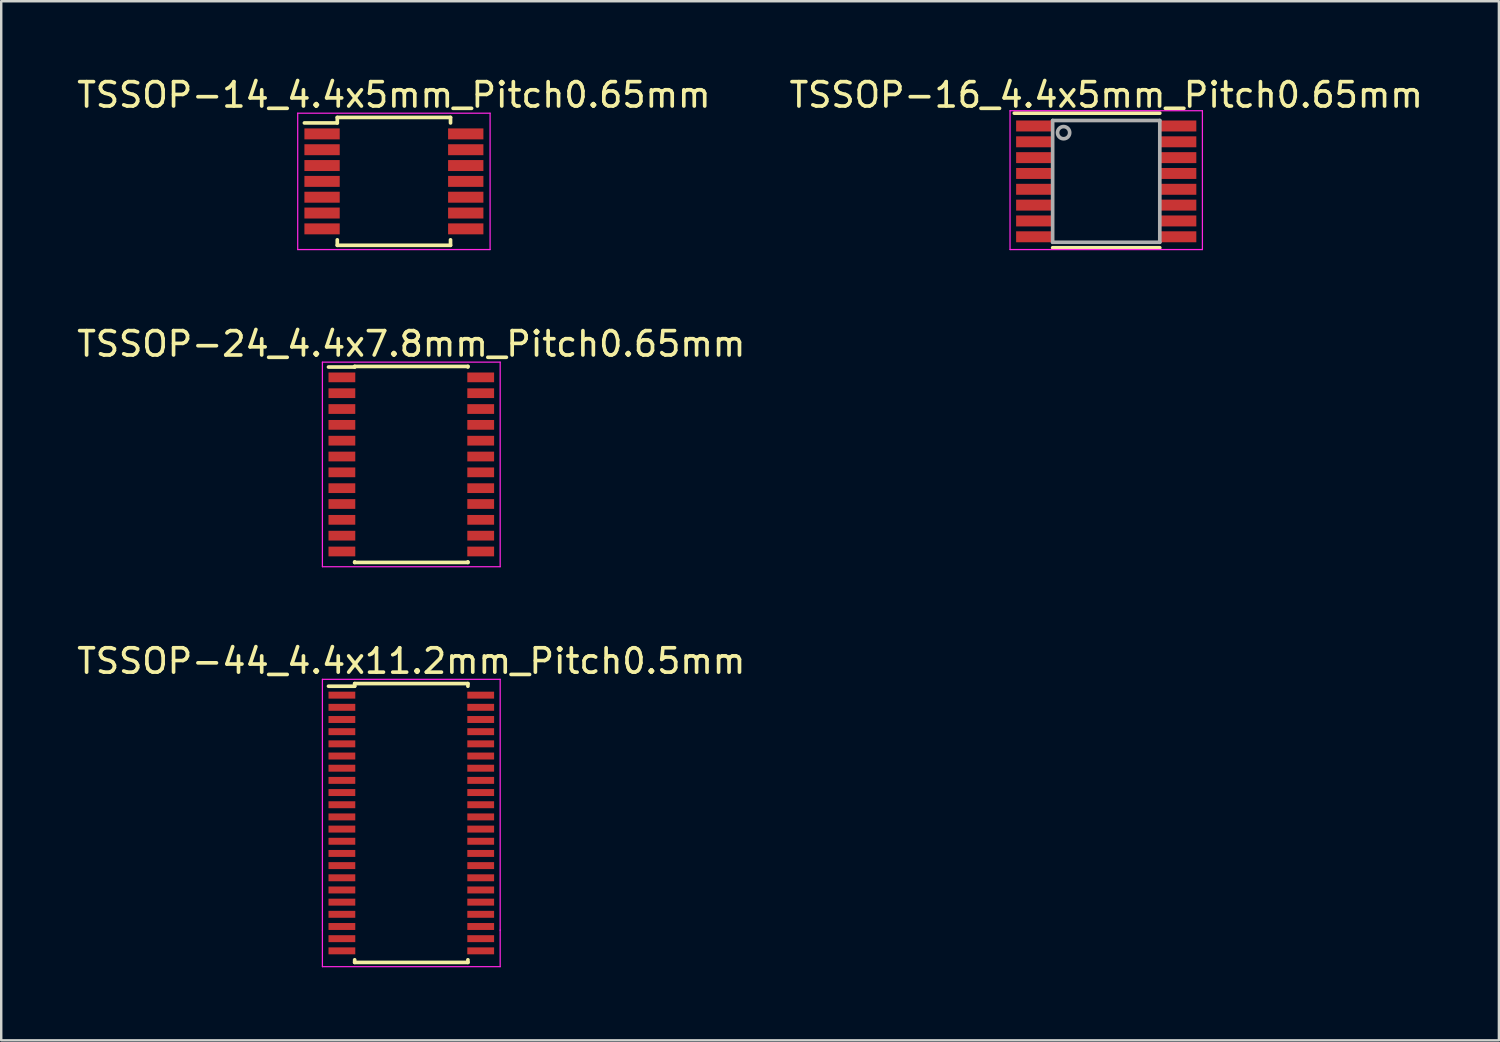
<source format=kicad_pcb>
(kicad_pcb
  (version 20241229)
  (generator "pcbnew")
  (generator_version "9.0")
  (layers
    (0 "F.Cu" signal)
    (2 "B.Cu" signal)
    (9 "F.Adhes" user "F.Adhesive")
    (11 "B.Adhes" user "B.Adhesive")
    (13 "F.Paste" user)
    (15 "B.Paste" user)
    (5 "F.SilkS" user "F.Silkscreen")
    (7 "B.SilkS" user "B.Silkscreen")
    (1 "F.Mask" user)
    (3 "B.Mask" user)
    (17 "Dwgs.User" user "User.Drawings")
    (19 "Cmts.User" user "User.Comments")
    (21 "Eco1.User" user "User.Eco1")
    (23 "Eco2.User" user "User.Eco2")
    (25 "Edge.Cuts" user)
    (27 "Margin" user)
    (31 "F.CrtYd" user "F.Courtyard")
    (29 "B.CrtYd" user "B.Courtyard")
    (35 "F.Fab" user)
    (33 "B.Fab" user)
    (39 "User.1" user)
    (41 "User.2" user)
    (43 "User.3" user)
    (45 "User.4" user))
  (footprint "TSSOP-44_4.4x11.2mm_Pitch0.5mm"
    (layer "F.Cu")
    (at 13.839 30.245)
    (property "Reference" "TSSOP-44_4.4x11.2mm_Pitch0.5mm" (at 0 -6.15 0) (layer "F.SilkS") (effects (font (size 1 1) (thickness 0.15))))
    (attr smd)
    (fp_line (start -2.325 -5.225) (end -2.325 -5.117) (stroke (width 0.15) (type solid)) (layer "F.SilkS"))
    (fp_line (start -2.325 -5.225) (end 2.325 -5.225) (stroke (width 0.15) (type solid)) (layer "F.SilkS"))
    (fp_line (start -2.325 -5.117) (end -3.4 -5.117) (stroke (width 0.15) (type solid)) (layer "F.SilkS"))
    (fp_line (start -2.325 6.225) (end -2.325 6.117) (stroke (width 0.15) (type solid)) (layer "F.SilkS"))
    (fp_line (start -2.325 6.225) (end 2.325 6.225) (stroke (width 0.15) (type solid)) (layer "F.SilkS"))
    (fp_line (start 2.325 -5.225) (end 2.325 -5.117) (stroke (width 0.15) (type solid)) (layer "F.SilkS"))
    (fp_line (start 2.325 6.225) (end 2.325 6.117) (stroke (width 0.15) (type solid)) (layer "F.SilkS"))
    (fp_line (start -3.65 -5.4) (end -3.65 4.9) (stroke (width 0.05) (type solid)) (layer "F.CrtYd"))
    (fp_line (start -3.65 -5.4) (end 3.65 -5.4) (stroke (width 0.05) (type solid)) (layer "F.CrtYd"))
    (fp_line (start -3.65 4.9) (end -3.65 6.4) (stroke (width 0.05) (type solid)) (layer "F.CrtYd"))
    (fp_line (start -3.65 6.4) (end 3.65 6.4) (stroke (width 0.05) (type solid)) (layer "F.CrtYd"))
    (fp_line (start 3.65 -5.4) (end 3.65 4.9) (stroke (width 0.05) (type solid)) (layer "F.CrtYd"))
    (fp_line (start 3.65 4.9) (end 3.65 6.4) (stroke (width 0.05) (type solid)) (layer "F.CrtYd"))
    (pad "1" smd rect (at -2.85 -4.75) (size 1.1 0.285) (layers "F.Cu" "F.Mask" "F.Paste"))
    (pad "2" smd rect (at -2.85 -4.25) (size 1.1 0.285) (layers "F.Cu" "F.Mask" "F.Paste"))
    (pad "3" smd rect (at -2.85 -3.75) (size 1.1 0.285) (layers "F.Cu" "F.Mask" "F.Paste"))
    (pad "4" smd rect (at -2.85 -3.25) (size 1.1 0.285) (layers "F.Cu" "F.Mask" "F.Paste"))
    (pad "5" smd rect (at -2.85 -2.75) (size 1.1 0.285) (layers "F.Cu" "F.Mask" "F.Paste"))
    (pad "6" smd rect (at -2.85 -2.25) (size 1.1 0.285) (layers "F.Cu" "F.Mask" "F.Paste"))
    (pad "7" smd rect (at -2.85 -1.75) (size 1.1 0.285) (layers "F.Cu" "F.Mask" "F.Paste"))
    (pad "8" smd rect (at -2.85 -1.25) (size 1.1 0.285) (layers "F.Cu" "F.Mask" "F.Paste"))
    (pad "9" smd rect (at -2.85 -0.75) (size 1.1 0.285) (layers "F.Cu" "F.Mask" "F.Paste"))
    (pad "10" smd rect (at -2.85 -0.25) (size 1.1 0.285) (layers "F.Cu" "F.Mask" "F.Paste"))
    (pad "11" smd rect (at -2.85 0.25) (size 1.1 0.285) (layers "F.Cu" "F.Mask" "F.Paste"))
    (pad "12" smd rect (at -2.85 0.75) (size 1.1 0.285) (layers "F.Cu" "F.Mask" "F.Paste"))
    (pad "13" smd rect (at -2.85 1.25) (size 1.1 0.285) (layers "F.Cu" "F.Mask" "F.Paste"))
    (pad "14" smd rect (at -2.85 1.75) (size 1.1 0.285) (layers "F.Cu" "F.Mask" "F.Paste"))
    (pad "15" smd rect (at -2.85 2.25) (size 1.1 0.285) (layers "F.Cu" "F.Mask" "F.Paste"))
    (pad "16" smd rect (at -2.85 2.75) (size 1.1 0.285) (layers "F.Cu" "F.Mask" "F.Paste"))
    (pad "17" smd rect (at -2.85 3.25) (size 1.1 0.285) (layers "F.Cu" "F.Mask" "F.Paste"))
    (pad "18" smd rect (at -2.85 3.75) (size 1.1 0.285) (layers "F.Cu" "F.Mask" "F.Paste"))
    (pad "19" smd rect (at -2.85 4.25) (size 1.1 0.285) (layers "F.Cu" "F.Mask" "F.Paste"))
    (pad "20" smd rect (at -2.85 4.75) (size 1.1 0.285) (layers "F.Cu" "F.Mask" "F.Paste"))
    (pad "21" smd rect (at -2.85 5.25) (size 1.1 0.285) (layers "F.Cu" "F.Mask" "F.Paste"))
    (pad "22" smd rect (at -2.85 5.75) (size 1.1 0.285) (layers "F.Cu" "F.Mask" "F.Paste"))
    (pad "23" smd rect (at 2.85 5.75) (size 1.1 0.285) (layers "F.Cu" "F.Mask" "F.Paste"))
    (pad "24" smd rect (at 2.85 5.25) (size 1.1 0.285) (layers "F.Cu" "F.Mask" "F.Paste"))
    (pad "25" smd rect (at 2.85 4.75) (size 1.1 0.285) (layers "F.Cu" "F.Mask" "F.Paste"))
    (pad "26" smd rect (at 2.85 4.25) (size 1.1 0.285) (layers "F.Cu" "F.Mask" "F.Paste"))
    (pad "27" smd rect (at 2.85 3.75) (size 1.1 0.285) (layers "F.Cu" "F.Mask" "F.Paste"))
    (pad "28" smd rect (at 2.85 3.25) (size 1.1 0.285) (layers "F.Cu" "F.Mask" "F.Paste"))
    (pad "29" smd rect (at 2.85 2.75) (size 1.1 0.285) (layers "F.Cu" "F.Mask" "F.Paste"))
    (pad "30" smd rect (at 2.85 2.25) (size 1.1 0.285) (layers "F.Cu" "F.Mask" "F.Paste"))
    (pad "31" smd rect (at 2.85 1.75) (size 1.1 0.285) (layers "F.Cu" "F.Mask" "F.Paste"))
    (pad "32" smd rect (at 2.85 1.25) (size 1.1 0.285) (layers "F.Cu" "F.Mask" "F.Paste"))
    (pad "33" smd rect (at 2.85 0.75) (size 1.1 0.285) (layers "F.Cu" "F.Mask" "F.Paste"))
    (pad "34" smd rect (at 2.85 0.25) (size 1.1 0.285) (layers "F.Cu" "F.Mask" "F.Paste"))
    (pad "35" smd rect (at 2.85 -0.25) (size 1.1 0.285) (layers "F.Cu" "F.Mask" "F.Paste"))
    (pad "36" smd rect (at 2.85 -0.75) (size 1.1 0.285) (layers "F.Cu" "F.Mask" "F.Paste"))
    (pad "37" smd rect (at 2.85 -1.25) (size 1.1 0.285) (layers "F.Cu" "F.Mask" "F.Paste"))
    (pad "38" smd rect (at 2.85 -1.75) (size 1.1 0.285) (layers "F.Cu" "F.Mask" "F.Paste"))
    (pad "39" smd rect (at 2.85 -2.25) (size 1.1 0.285) (layers "F.Cu" "F.Mask" "F.Paste"))
    (pad "40" smd rect (at 2.85 -2.75) (size 1.1 0.285) (layers "F.Cu" "F.Mask" "F.Paste"))
    (pad "41" smd rect (at 2.85 -3.25) (size 1.1 0.285) (layers "F.Cu" "F.Mask" "F.Paste"))
    (pad "42" smd rect (at 2.85 -3.75) (size 1.1 0.285) (layers "F.Cu" "F.Mask" "F.Paste"))
    (pad "43" smd rect (at 2.85 -4.25) (size 1.1 0.285) (layers "F.Cu" "F.Mask" "F.Paste"))
    (pad "44" smd rect (at 2.85 -4.75) (size 1.1 0.285) (layers "F.Cu" "F.Mask" "F.Paste")))
  (footprint "TSSOP-24_4.4x7.8mm_Pitch0.65mm"
    (layer "F.Cu")
    (at 13.839 16.021)
    (property "Reference" "TSSOP-24_4.4x7.8mm_Pitch0.65mm" (at 0 -4.95 0) (layer "F.SilkS") (effects (font (size 1 1) (thickness 0.15))))
    (attr smd)
    (fp_line (start -2.325 -4.025) (end -2.325 -4) (stroke (width 0.15) (type solid)) (layer "F.SilkS"))
    (fp_line (start -2.325 -4.025) (end 2.325 -4.025) (stroke (width 0.15) (type solid)) (layer "F.SilkS"))
    (fp_line (start -2.325 -4) (end -3.4 -4) (stroke (width 0.15) (type solid)) (layer "F.SilkS"))
    (fp_line (start -2.325 4.025) (end -2.325 4) (stroke (width 0.15) (type solid)) (layer "F.SilkS"))
    (fp_line (start -2.325 4.025) (end 2.325 4.025) (stroke (width 0.15) (type solid)) (layer "F.SilkS"))
    (fp_line (start 2.325 -4.025) (end 2.325 -4) (stroke (width 0.15) (type solid)) (layer "F.SilkS"))
    (fp_line (start 2.325 4.025) (end 2.325 4) (stroke (width 0.15) (type solid)) (layer "F.SilkS"))
    (fp_line (start -3.65 -4.2) (end -3.65 4.2) (stroke (width 0.05) (type solid)) (layer "F.CrtYd"))
    (fp_line (start -3.65 -4.2) (end 3.65 -4.2) (stroke (width 0.05) (type solid)) (layer "F.CrtYd"))
    (fp_line (start -3.65 4.2) (end 3.65 4.2) (stroke (width 0.05) (type solid)) (layer "F.CrtYd"))
    (fp_line (start 3.65 -4.2) (end 3.65 4.2) (stroke (width 0.05) (type solid)) (layer "F.CrtYd"))
    (pad "1" smd rect (at -2.85 -3.575) (size 1.1 0.4) (layers "F.Cu" "F.Mask" "F.Paste"))
    (pad "2" smd rect (at -2.85 -2.925) (size 1.1 0.4) (layers "F.Cu" "F.Mask" "F.Paste"))
    (pad "3" smd rect (at -2.85 -2.275) (size 1.1 0.4) (layers "F.Cu" "F.Mask" "F.Paste"))
    (pad "4" smd rect (at -2.85 -1.625) (size 1.1 0.4) (layers "F.Cu" "F.Mask" "F.Paste"))
    (pad "5" smd rect (at -2.85 -0.975) (size 1.1 0.4) (layers "F.Cu" "F.Mask" "F.Paste"))
    (pad "6" smd rect (at -2.85 -0.325) (size 1.1 0.4) (layers "F.Cu" "F.Mask" "F.Paste"))
    (pad "7" smd rect (at -2.85 0.325) (size 1.1 0.4) (layers "F.Cu" "F.Mask" "F.Paste"))
    (pad "8" smd rect (at -2.85 0.975) (size 1.1 0.4) (layers "F.Cu" "F.Mask" "F.Paste"))
    (pad "9" smd rect (at -2.85 1.625) (size 1.1 0.4) (layers "F.Cu" "F.Mask" "F.Paste"))
    (pad "10" smd rect (at -2.85 2.275) (size 1.1 0.4) (layers "F.Cu" "F.Mask" "F.Paste"))
    (pad "11" smd rect (at -2.85 2.925) (size 1.1 0.4) (layers "F.Cu" "F.Mask" "F.Paste"))
    (pad "12" smd rect (at -2.85 3.575) (size 1.1 0.4) (layers "F.Cu" "F.Mask" "F.Paste"))
    (pad "13" smd rect (at 2.85 3.575) (size 1.1 0.4) (layers "F.Cu" "F.Mask" "F.Paste"))
    (pad "14" smd rect (at 2.85 2.925) (size 1.1 0.4) (layers "F.Cu" "F.Mask" "F.Paste"))
    (pad "15" smd rect (at 2.85 2.275) (size 1.1 0.4) (layers "F.Cu" "F.Mask" "F.Paste"))
    (pad "16" smd rect (at 2.85 1.625) (size 1.1 0.4) (layers "F.Cu" "F.Mask" "F.Paste"))
    (pad "17" smd rect (at 2.85 0.975) (size 1.1 0.4) (layers "F.Cu" "F.Mask" "F.Paste"))
    (pad "18" smd rect (at 2.85 0.325) (size 1.1 0.4) (layers "F.Cu" "F.Mask" "F.Paste"))
    (pad "19" smd rect (at 2.85 -0.325) (size 1.1 0.4) (layers "F.Cu" "F.Mask" "F.Paste"))
    (pad "20" smd rect (at 2.85 -0.975) (size 1.1 0.4) (layers "F.Cu" "F.Mask" "F.Paste"))
    (pad "21" smd rect (at 2.85 -1.625) (size 1.1 0.4) (layers "F.Cu" "F.Mask" "F.Paste"))
    (pad "22" smd rect (at 2.85 -2.275) (size 1.1 0.4) (layers "F.Cu" "F.Mask" "F.Paste"))
    (pad "23" smd rect (at 2.85 -2.925) (size 1.1 0.4) (layers "F.Cu" "F.Mask" "F.Paste"))
    (pad "24" smd rect (at 2.85 -3.575) (size 1.1 0.4) (layers "F.Cu" "F.Mask" "F.Paste")))
  (footprint "TSSOP-14_4.4x5mm_Pitch0.65mm"
    (layer "F.Cu")
    (at 13.125 4.398)
    (property "Reference" "TSSOP-14_4.4x5mm_Pitch0.65mm" (at 0 -3.55 0) (layer "F.SilkS") (effects (font (size 1 1) (thickness 0.15))))
    (attr smd)
    (fp_line (start -2.325 -2.625) (end -2.325 -2.4) (stroke (width 0.15) (type solid)) (layer "F.SilkS"))
    (fp_line (start -2.325 -2.625) (end 2.325 -2.625) (stroke (width 0.15) (type solid)) (layer "F.SilkS"))
    (fp_line (start -2.325 -2.4) (end -3.675 -2.4) (stroke (width 0.15) (type solid)) (layer "F.SilkS"))
    (fp_line (start -2.325 2.625) (end -2.325 2.4) (stroke (width 0.15) (type solid)) (layer "F.SilkS"))
    (fp_line (start -2.325 2.625) (end 2.325 2.625) (stroke (width 0.15) (type solid)) (layer "F.SilkS"))
    (fp_line (start 2.325 -2.625) (end 2.325 -2.4) (stroke (width 0.15) (type solid)) (layer "F.SilkS"))
    (fp_line (start 2.325 2.625) (end 2.325 2.4) (stroke (width 0.15) (type solid)) (layer "F.SilkS"))
    (fp_line (start -3.95 -2.8) (end -3.95 2.8) (stroke (width 0.05) (type solid)) (layer "F.CrtYd"))
    (fp_line (start -3.95 -2.8) (end 3.95 -2.8) (stroke (width 0.05) (type solid)) (layer "F.CrtYd"))
    (fp_line (start -3.95 2.8) (end 3.95 2.8) (stroke (width 0.05) (type solid)) (layer "F.CrtYd"))
    (fp_line (start 3.95 -2.8) (end 3.95 2.8) (stroke (width 0.05) (type solid)) (layer "F.CrtYd"))
    (pad "1" smd rect (at -2.95 -1.95) (size 1.45 0.45) (layers "F.Cu" "F.Mask" "F.Paste"))
    (pad "2" smd rect (at -2.95 -1.3) (size 1.45 0.45) (layers "F.Cu" "F.Mask" "F.Paste"))
    (pad "3" smd rect (at -2.95 -0.65) (size 1.45 0.45) (layers "F.Cu" "F.Mask" "F.Paste"))
    (pad "4" smd rect (at -2.95 0) (size 1.45 0.45) (layers "F.Cu" "F.Mask" "F.Paste"))
    (pad "5" smd rect (at -2.95 0.65) (size 1.45 0.45) (layers "F.Cu" "F.Mask" "F.Paste"))
    (pad "6" smd rect (at -2.95 1.3) (size 1.45 0.45) (layers "F.Cu" "F.Mask" "F.Paste"))
    (pad "7" smd rect (at -2.95 1.95) (size 1.45 0.45) (layers "F.Cu" "F.Mask" "F.Paste"))
    (pad "8" smd rect (at 2.95 1.95) (size 1.45 0.45) (layers "F.Cu" "F.Mask" "F.Paste"))
    (pad "9" smd rect (at 2.95 1.3) (size 1.45 0.45) (layers "F.Cu" "F.Mask" "F.Paste"))
    (pad "10" smd rect (at 2.95 0.65) (size 1.45 0.45) (layers "F.Cu" "F.Mask" "F.Paste"))
    (pad "11" smd rect (at 2.95 0) (size 1.45 0.45) (layers "F.Cu" "F.Mask" "F.Paste"))
    (pad "12" smd rect (at 2.95 -0.65) (size 1.45 0.45) (layers "F.Cu" "F.Mask" "F.Paste"))
    (pad "13" smd rect (at 2.95 -1.3) (size 1.45 0.45) (layers "F.Cu" "F.Mask" "F.Paste"))
    (pad "14" smd rect (at 2.95 -1.95) (size 1.45 0.45) (layers "F.Cu" "F.Mask" "F.Paste")))
  (footprint "TSSOP-16_4.4x5mm_Pitch0.65mm"
    (layer "F.Cu")
    (at 42.375 4.398)
    (property "Reference" "TSSOP-16_4.4x5mm_Pitch0.65mm" (at 0 -3.55 0) (layer "F.SilkS") (effects (font (size 1 1) (thickness 0.15))))
    (attr smd)
    (fp_line (start -3.775 -2.8) (end 2.2 -2.8) (stroke (width 0.15) (type solid)) (layer "F.SilkS"))
    (fp_line (start -2.2 2.725) (end 2.2 2.725) (stroke (width 0.15) (type solid)) (layer "F.SilkS"))
    (fp_line (start -3.95 -2.9) (end -3.95 2.8) (stroke (width 0.05) (type solid)) (layer "F.CrtYd"))
    (fp_line (start -3.95 -2.9) (end 3.95 -2.9) (stroke (width 0.05) (type solid)) (layer "F.CrtYd"))
    (fp_line (start -3.95 2.8) (end 3.95 2.8) (stroke (width 0.05) (type solid)) (layer "F.CrtYd"))
    (fp_line (start 3.95 -2.9) (end 3.95 2.8) (stroke (width 0.05) (type solid)) (layer "F.CrtYd"))
    (fp_line (start -2.2 -2.5) (end 2.2 -2.5) (stroke (width 0.15) (type solid)) (layer "F.Fab"))
    (fp_line (start -2.2 2.5) (end -2.2 -2.5) (stroke (width 0.15) (type solid)) (layer "F.Fab"))
    (fp_line (start 2.2 -2.5) (end 2.2 2.5) (stroke (width 0.15) (type solid)) (layer "F.Fab"))
    (fp_line (start 2.2 2.5) (end -2.2 2.5) (stroke (width 0.15) (type solid)) (layer "F.Fab"))
    (fp_circle (center -1.75 -2) (end -2 -2) (stroke (width 0.15) (type solid)) (fill no) (layer "F.Fab"))
    (pad "1" smd rect (at -2.95 -2.275) (size 1.5 0.45) (layers "F.Cu" "F.Mask" "F.Paste"))
    (pad "2" smd rect (at -2.95 -1.625) (size 1.5 0.45) (layers "F.Cu" "F.Mask" "F.Paste"))
    (pad "3" smd rect (at -2.95 -0.975) (size 1.5 0.45) (layers "F.Cu" "F.Mask" "F.Paste"))
    (pad "4" smd rect (at -2.95 -0.325) (size 1.5 0.45) (layers "F.Cu" "F.Mask" "F.Paste"))
    (pad "5" smd rect (at -2.95 0.325) (size 1.5 0.45) (layers "F.Cu" "F.Mask" "F.Paste"))
    (pad "6" smd rect (at -2.95 0.975) (size 1.5 0.45) (layers "F.Cu" "F.Mask" "F.Paste"))
    (pad "7" smd rect (at -2.95 1.625) (size 1.5 0.45) (layers "F.Cu" "F.Mask" "F.Paste"))
    (pad "8" smd rect (at -2.95 2.275) (size 1.5 0.45) (layers "F.Cu" "F.Mask" "F.Paste"))
    (pad "9" smd rect (at 2.95 2.275) (size 1.5 0.45) (layers "F.Cu" "F.Mask" "F.Paste"))
    (pad "10" smd rect (at 2.95 1.625) (size 1.5 0.45) (layers "F.Cu" "F.Mask" "F.Paste"))
    (pad "11" smd rect (at 2.95 0.975) (size 1.5 0.45) (layers "F.Cu" "F.Mask" "F.Paste"))
    (pad "12" smd rect (at 2.95 0.325) (size 1.5 0.45) (layers "F.Cu" "F.Mask" "F.Paste"))
    (pad "13" smd rect (at 2.95 -0.325) (size 1.5 0.45) (layers "F.Cu" "F.Mask" "F.Paste"))
    (pad "14" smd rect (at 2.95 -0.975) (size 1.5 0.45) (layers "F.Cu" "F.Mask" "F.Paste"))
    (pad "15" smd rect (at 2.95 -1.625) (size 1.5 0.45) (layers "F.Cu" "F.Mask" "F.Paste"))
    (pad "16" smd rect (at 2.95 -2.275) (size 1.5 0.45) (layers "F.Cu" "F.Mask" "F.Paste")))
  (gr_rect
    (start -3 -3)
    (end 58.5 39.67)
    (stroke (width 0.1) (type default))
    (fill no)
    (layer "Edge.Cuts")))
</source>
